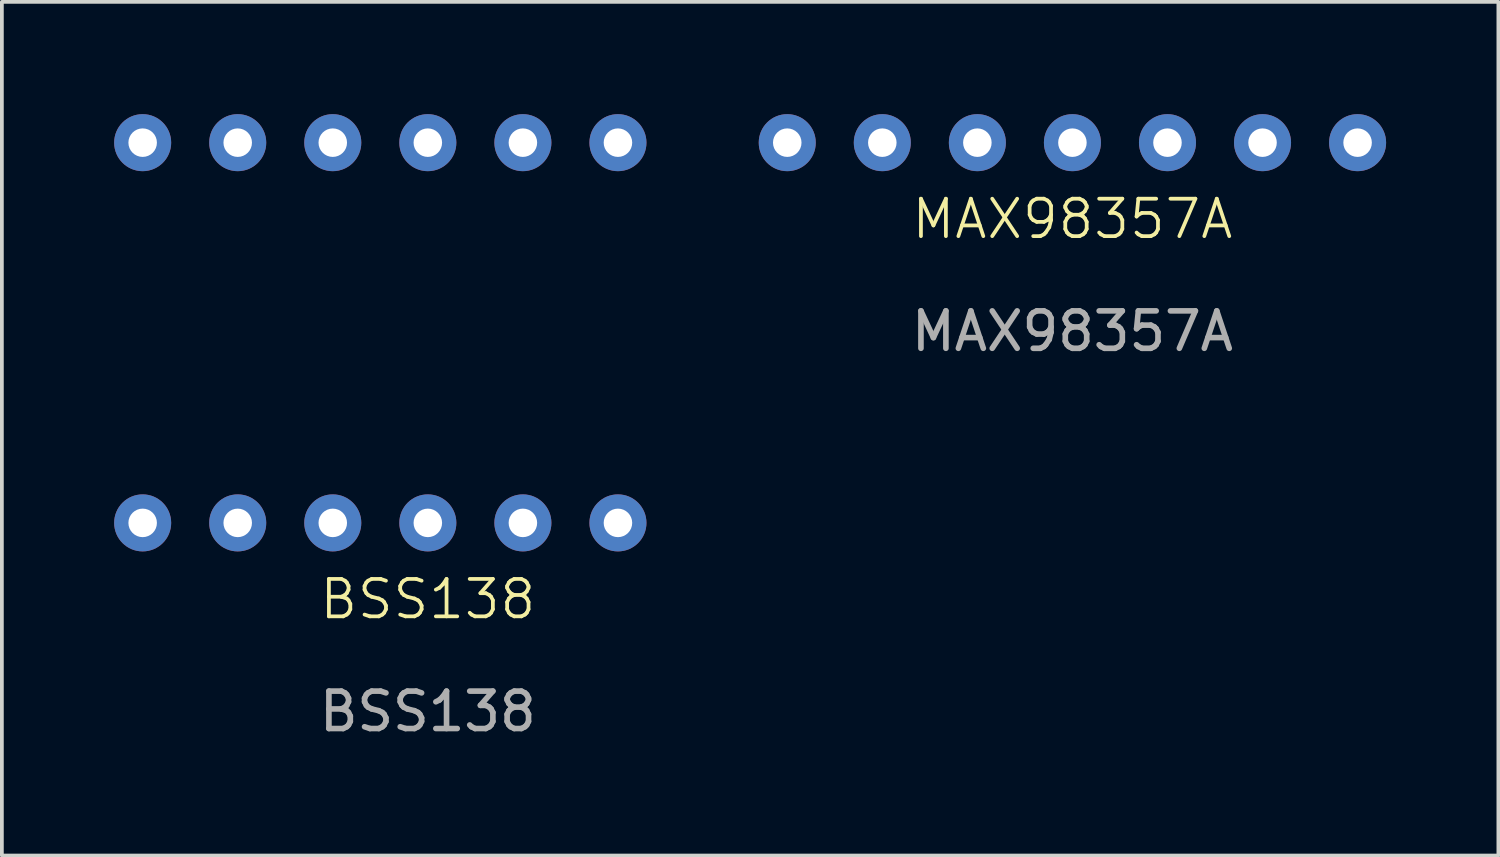
<source format=kicad_pcb>
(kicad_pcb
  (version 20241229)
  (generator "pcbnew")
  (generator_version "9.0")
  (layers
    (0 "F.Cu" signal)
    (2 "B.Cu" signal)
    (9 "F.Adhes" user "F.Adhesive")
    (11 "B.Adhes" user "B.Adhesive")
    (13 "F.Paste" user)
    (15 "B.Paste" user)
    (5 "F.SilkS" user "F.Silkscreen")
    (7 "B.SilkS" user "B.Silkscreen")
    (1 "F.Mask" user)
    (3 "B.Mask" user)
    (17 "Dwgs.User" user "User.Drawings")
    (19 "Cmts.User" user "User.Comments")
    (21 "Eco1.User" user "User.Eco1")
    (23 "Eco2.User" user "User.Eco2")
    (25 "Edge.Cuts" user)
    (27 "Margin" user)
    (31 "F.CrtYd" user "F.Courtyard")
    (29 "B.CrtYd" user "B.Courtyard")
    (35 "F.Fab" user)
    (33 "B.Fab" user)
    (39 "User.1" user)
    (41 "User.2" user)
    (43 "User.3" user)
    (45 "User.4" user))
  (footprint "BSS138"
    (layer "F.Cu")
    (at 8.382 13.462)
    (property "Reference" "BSS138" (at 0 -0.5 0) (unlocked yes) (layer "F.SilkS") (effects (font (size 1 1) (thickness 0.1))))
    (attr through_hole)
    (fp_text user "${REFERENCE}" (at 0 2.5 0) (unlocked yes) (layer "F.Fab") (effects (font (size 1 1) (thickness 0.15))))
    (pad "1" thru_hole circle (at -7.62 -2.54) (size 1.524 1.524) (drill 0.762) (layers "*.Cu" "*.Mask"))
    (pad "2" thru_hole circle (at -5.08 -2.54) (size 1.524 1.524) (drill 0.762) (layers "*.Cu" "*.Mask"))
    (pad "3" thru_hole circle (at -2.54 -2.54) (size 1.524 1.524) (drill 0.762) (layers "*.Cu" "*.Mask"))
    (pad "4" thru_hole circle (at 0 -2.54) (size 1.524 1.524) (drill 0.762) (layers "*.Cu" "*.Mask"))
    (pad "5" thru_hole circle (at 2.54 -2.54) (size 1.524 1.524) (drill 0.762) (layers "*.Cu" "*.Mask"))
    (pad "6" thru_hole circle (at 5.08 -2.54) (size 1.524 1.524) (drill 0.762) (layers "*.Cu" "*.Mask"))
    (pad "7" thru_hole circle (at -7.62 -12.7) (size 1.524 1.524) (drill 0.762) (layers "*.Cu" "*.Mask"))
    (pad "8" thru_hole circle (at -5.08 -12.7) (size 1.524 1.524) (drill 0.762) (layers "*.Cu" "*.Mask"))
    (pad "9" thru_hole circle (at -2.54 -12.7) (size 1.524 1.524) (drill 0.762) (layers "*.Cu" "*.Mask"))
    (pad "10" thru_hole circle (at 0 -12.7) (size 1.524 1.524) (drill 0.762) (layers "*.Cu" "*.Mask"))
    (pad "11" thru_hole circle (at 2.54 -12.7) (size 1.524 1.524) (drill 0.762) (layers "*.Cu" "*.Mask"))
    (pad "12" thru_hole circle (at 5.08 -12.7) (size 1.524 1.524) (drill 0.762) (layers "*.Cu" "*.Mask")))
  (footprint "MAX98357A"
    (layer "F.Cu")
    (at 25.606 3.302)
    (property "Reference" "MAX98357A" (at 0 -0.5 0) (unlocked yes) (layer "F.SilkS") (effects (font (size 1 1) (thickness 0.1))))
    (attr through_hole)
    (fp_text user "${REFERENCE}" (at 0 2.5 0) (unlocked yes) (layer "F.Fab") (effects (font (size 1 1) (thickness 0.15))))
    (pad "1" thru_hole circle (at -7.62 -2.54) (size 1.524 1.524) (drill 0.762) (layers "*.Cu" "*.Mask"))
    (pad "2" thru_hole circle (at -5.08 -2.54) (size 1.524 1.524) (drill 0.762) (layers "*.Cu" "*.Mask"))
    (pad "3" thru_hole circle (at -2.54 -2.54) (size 1.524 1.524) (drill 0.762) (layers "*.Cu" "*.Mask"))
    (pad "4" thru_hole circle (at 0 -2.54) (size 1.524 1.524) (drill 0.762) (layers "*.Cu" "*.Mask"))
    (pad "5" thru_hole circle (at 2.54 -2.54) (size 1.524 1.524) (drill 0.762) (layers "*.Cu" "*.Mask"))
    (pad "6" thru_hole circle (at 5.08 -2.54) (size 1.524 1.524) (drill 0.762) (layers "*.Cu" "*.Mask"))
    (pad "7" thru_hole circle (at 7.62 -2.54) (size 1.524 1.524) (drill 0.762) (layers "*.Cu" "*.Mask")))
  (gr_rect
    (start -3 -3)
    (end 36.988 19.81)
    (stroke (width 0.1) (type default))
    (fill no)
    (layer "Edge.Cuts")))
</source>
